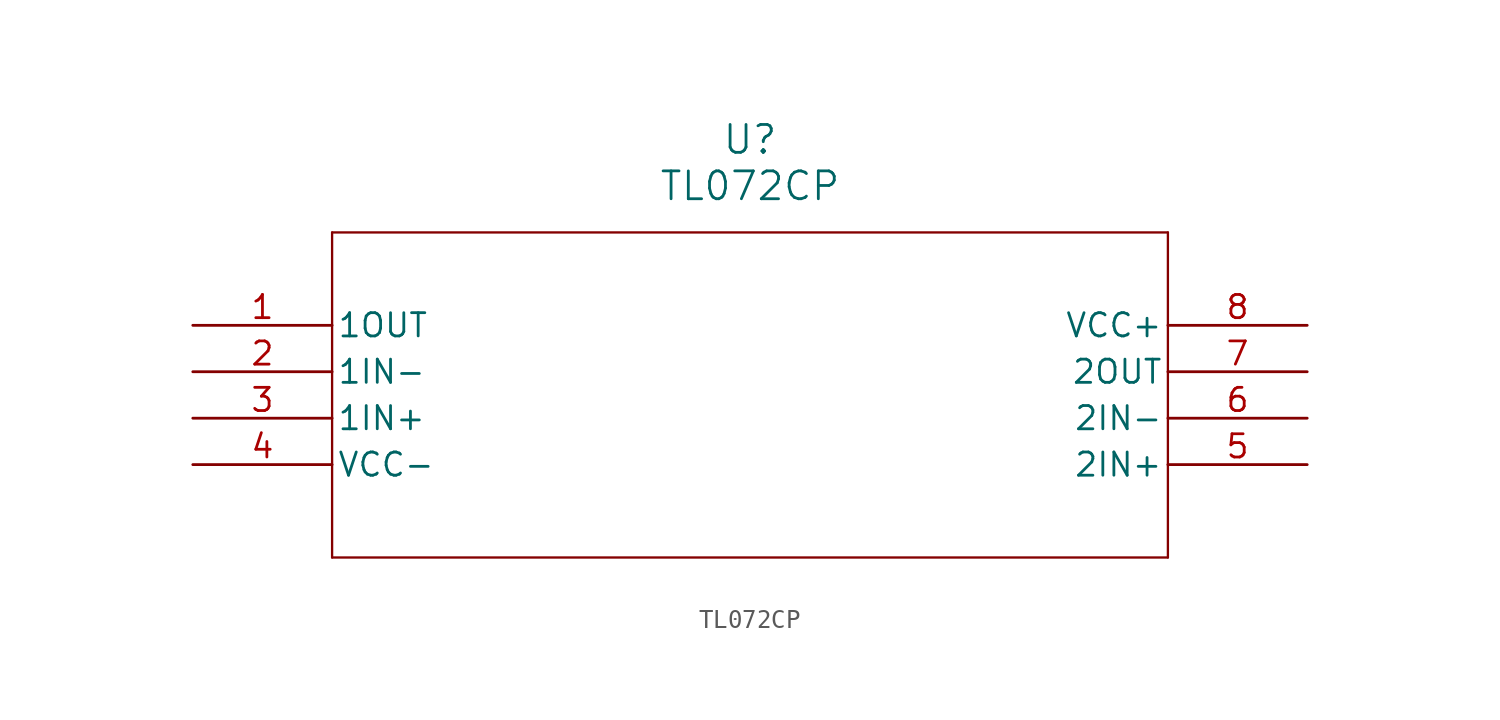
<source format=kicad_sym>
(kicad_symbol_lib
  (version 20211014)
  (generator kicad_symbol_editor)
  (symbol "TL072CP"
    (pin_names
      (offset 0.254))
    (property "Reference" "U"
      (at 30.48 10.16 0)
      (effects (font (size 1.524 1.524))))
    (property "Value" "TL072CP"
      (at 30.48 7.62 0)
      (effects (font (size 1.524 1.524))))
    (symbol "TL072CP_0_1"
      (polyline (pts (xy 7.62 5.08) (xy 7.62 -12.7)) (stroke (width 0.127) (type default) (color 0 0 0 0)) (fill (type none)))
      (polyline (pts (xy 7.62 -12.7) (xy 53.34 -12.7)) (stroke (width 0.127) (type default) (color 0 0 0 0)) (fill (type none)))
      (polyline (pts (xy 53.34 -12.7) (xy 53.34 5.08)) (stroke (width 0.127) (type default) (color 0 0 0 0)) (fill (type none)))
      (polyline (pts (xy 53.34 5.08) (xy 7.62 5.08)) (stroke (width 0.127) (type default) (color 0 0 0 0)) (fill (type none)))
      (pin output line (at 0 0 0) (length 7.62) (name "1OUT" (effects (font (size 1.27 1.27)))) (number "1" (effects (font (size 1.27 1.27)))))
      (pin input line (at 0 -2.54 0) (length 7.62) (name "1IN-" (effects (font (size 1.27 1.27)))) (number "2" (effects (font (size 1.27 1.27)))))
      (pin input line (at 0 -5.08 0) (length 7.62) (name "1IN+" (effects (font (size 1.27 1.27)))) (number "3" (effects (font (size 1.27 1.27)))))
      (pin power_in line (at 0 -7.62 0) (length 7.62) (name "VCC-" (effects (font (size 1.27 1.27)))) (number "4" (effects (font (size 1.27 1.27)))))
      (pin input line (at 60.96 -7.62 180) (length 7.62) (name "2IN+" (effects (font (size 1.27 1.27)))) (number "5" (effects (font (size 1.27 1.27)))))
      (pin input line (at 60.96 -5.08 180) (length 7.62) (name "2IN-" (effects (font (size 1.27 1.27)))) (number "6" (effects (font (size 1.27 1.27)))))
      (pin output line (at 60.96 -2.54 180) (length 7.62) (name "2OUT" (effects (font (size 1.27 1.27)))) (number "7" (effects (font (size 1.27 1.27)))))
      (pin power_in line (at 60.96 0 180) (length 7.62) (name "VCC+" (effects (font (size 1.27 1.27)))) (number "8" (effects (font (size 1.27 1.27))))))))
</source>
